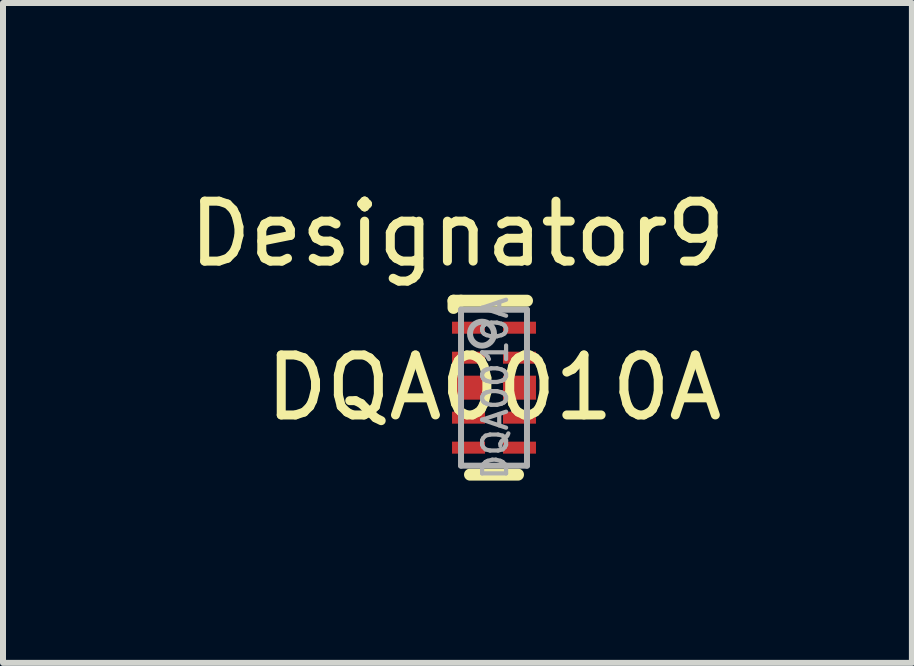
<source format=kicad_pcb>
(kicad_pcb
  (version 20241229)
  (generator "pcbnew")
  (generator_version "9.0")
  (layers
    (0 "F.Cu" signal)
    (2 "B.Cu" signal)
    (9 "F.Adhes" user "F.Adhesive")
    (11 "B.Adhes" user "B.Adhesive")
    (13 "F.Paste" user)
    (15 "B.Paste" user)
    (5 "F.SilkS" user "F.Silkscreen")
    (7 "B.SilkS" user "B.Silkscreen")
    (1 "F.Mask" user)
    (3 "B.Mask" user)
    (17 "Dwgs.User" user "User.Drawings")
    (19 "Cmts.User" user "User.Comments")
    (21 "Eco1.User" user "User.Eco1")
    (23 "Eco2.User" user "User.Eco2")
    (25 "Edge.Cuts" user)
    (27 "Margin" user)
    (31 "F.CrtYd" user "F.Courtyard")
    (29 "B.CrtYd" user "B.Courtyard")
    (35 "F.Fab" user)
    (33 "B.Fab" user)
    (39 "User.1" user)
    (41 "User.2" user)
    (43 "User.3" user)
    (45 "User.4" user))
  (footprint "DQA0010A"
    (layer "F.Cu")
    (at 5.187 3.414)
    (property "Reference" "DQA0010A" (at 0 0 0) (unlocked yes) (layer "F.SilkS") (effects (font (size 1 1) (thickness 0.15))))
    (attr smd)
    (fp_line (start -0.675 -1.45) (end -0.55 -1.45) (stroke (width 0.2) (type solid)) (layer "F.SilkS"))
    (fp_line (start -0.675 -1.33) (end -0.675 -1.45) (stroke (width 0.2) (type solid)) (layer "F.SilkS"))
    (fp_line (start -0.55 -1.45) (end 0.55 -1.45) (stroke (width 0.2) (type solid)) (layer "F.SilkS"))
    (fp_line (start -0.4 1.45) (end 0.4 1.45) (stroke (width 0.2) (type solid)) (layer "F.SilkS"))
    (fp_line (start -0.55 -1.3) (end 0.55 -1.3) (stroke (width 0.1) (type solid)) (layer "F.Fab"))
    (fp_line (start -0.55 1.3) (end -0.55 -1.3) (stroke (width 0.1) (type solid)) (layer "F.Fab"))
    (fp_line (start -0.55 1.3) (end 0.55 1.3) (stroke (width 0.1) (type solid)) (layer "F.Fab"))
    (fp_line (start 0.55 1.3) (end 0.55 -1.3) (stroke (width 0.1) (type solid)) (layer "F.Fab"))
    (fp_circle (center -0.2 -0.9) (end 0 -0.9) (stroke (width 0.1) (type solid)) (fill no) (layer "F.Fab"))
    (fp_text user "Designator9" (at -0.61 -2.565 0) (unlocked yes) (layer "F.SilkS") (effects (font (size 1 1) (thickness 0.15))))
    (fp_text user "${REFERENCE}" (at 0.02 0.01 90) (unlocked yes) (layer "F.Fab") (effects (font (size 0.4 0.4) (thickness 0.07) (bold yes))))
    (pad "1" smd rect (at -0.425 -1 90) (size 0.2 0.55) (layers "F.Cu" "F.Mask" "F.Paste"))
    (pad "2" smd rect (at -0.425 -0.5 90) (size 0.2 0.55) (layers "F.Cu" "F.Mask" "F.Paste"))
    (pad "3" smd rect (at -0.425 -0.000003 90) (size 0.4 0.55) (layers "F.Cu" "F.Mask" "F.Paste"))
    (pad "4" smd rect (at -0.425 0.5 90) (size 0.2 0.55) (layers "F.Cu" "F.Mask" "F.Paste"))
    (pad "5" smd rect (at -0.425 1 90) (size 0.2 0.55) (layers "F.Cu" "F.Mask" "F.Paste"))
    (pad "6" smd rect (at 0.425 1 90) (size 0.2 0.55) (layers "F.Cu" "F.Mask" "F.Paste"))
    (pad "7" smd rect (at 0.425 0.5 90) (size 0.2 0.55) (layers "F.Cu" "F.Mask" "F.Paste"))
    (pad "8" smd rect (at 0.425 -0.000003 90) (size 0.4 0.55) (layers "F.Cu" "F.Mask" "F.Paste"))
    (pad "9" smd rect (at 0.425 -0.5 90) (size 0.2 0.55) (layers "F.Cu" "F.Mask" "F.Paste"))
    (pad "10" smd rect (at 0.425 -1 90) (size 0.2 0.55) (layers "F.Cu" "F.Mask" "F.Paste")))
  (gr_rect
    (start -3 -3)
    (end 12.155 8.003)
    (stroke (width 0.1) (type default))
    (fill no)
    (layer "Edge.Cuts")))
</source>
